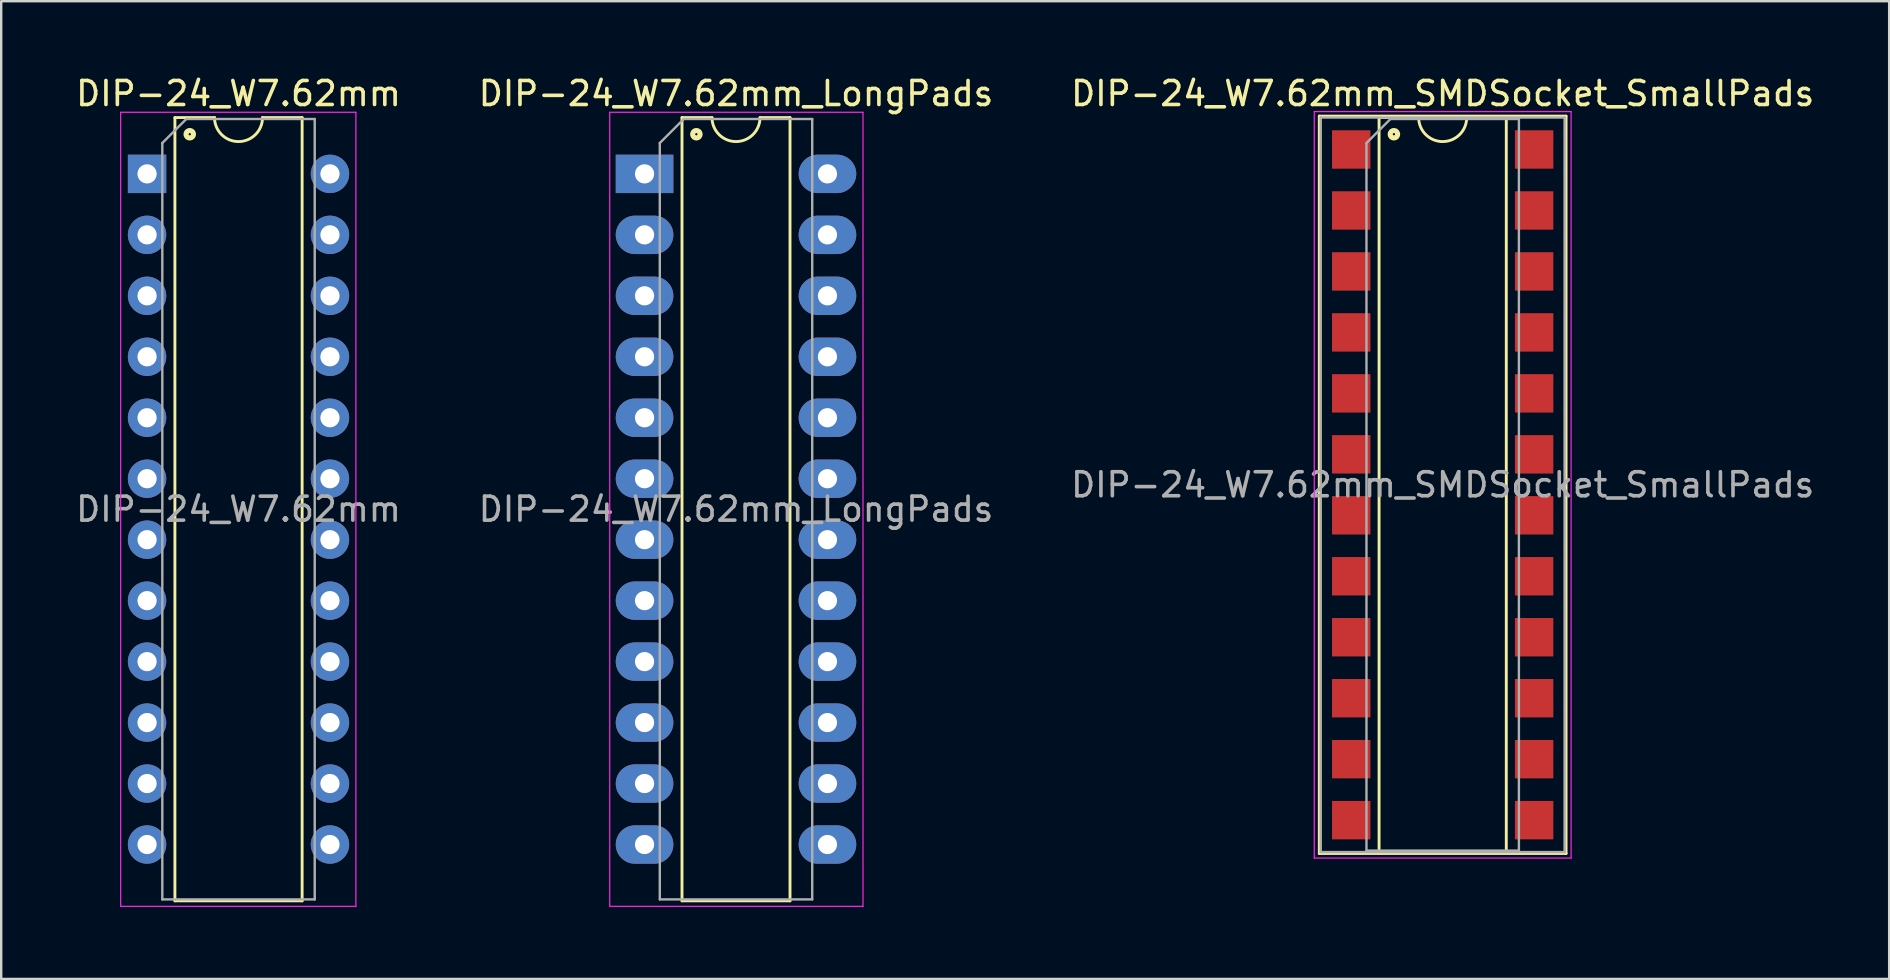
<source format=kicad_pcb>
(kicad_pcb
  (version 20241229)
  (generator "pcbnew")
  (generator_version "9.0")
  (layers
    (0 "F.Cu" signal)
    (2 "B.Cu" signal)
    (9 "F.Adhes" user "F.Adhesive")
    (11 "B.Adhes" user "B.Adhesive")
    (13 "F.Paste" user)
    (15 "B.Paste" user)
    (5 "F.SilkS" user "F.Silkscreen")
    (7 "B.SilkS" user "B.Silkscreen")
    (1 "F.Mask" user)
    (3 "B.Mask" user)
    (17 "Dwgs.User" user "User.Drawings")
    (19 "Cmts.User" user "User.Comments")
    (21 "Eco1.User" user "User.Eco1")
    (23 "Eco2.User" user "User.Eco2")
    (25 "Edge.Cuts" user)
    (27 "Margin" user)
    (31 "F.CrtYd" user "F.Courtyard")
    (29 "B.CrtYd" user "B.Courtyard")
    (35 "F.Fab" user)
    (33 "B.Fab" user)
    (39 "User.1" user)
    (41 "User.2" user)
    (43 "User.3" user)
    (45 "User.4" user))
  (footprint "DIP-24_W7.62mm_LongPads"
    (layer "F.Cu")
    (at 23.803 4.194)
    (property "Reference" "DIP-24_W7.62mm_LongPads" (at 3.81 -3.346 0) (layer "F.SilkS") (effects (font (size 1 1) (thickness 0.15))))
    (attr through_hole)
    (fp_line (start 1.56 -2.346) (end 1.56 30.286) (stroke (width 0.12) (type solid)) (layer "F.SilkS"))
    (fp_line (start 1.56 30.286) (end 6.06 30.286) (stroke (width 0.12) (type solid)) (layer "F.SilkS"))
    (fp_line (start 2.81 -2.346) (end 1.56 -2.346) (stroke (width 0.12) (type solid)) (layer "F.SilkS"))
    (fp_line (start 6.06 -2.346) (end 4.81 -2.346) (stroke (width 0.12) (type solid)) (layer "F.SilkS"))
    (fp_line (start 6.06 30.286) (end 6.06 -2.346) (stroke (width 0.12) (type solid)) (layer "F.SilkS"))
    (fp_arc (start 4.81 -2.346) (mid 3.81 -1.346) (end 2.81 -2.346) (stroke (width 0.12) (type solid)) (layer "F.SilkS"))
    (fp_circle (center 2.159 -1.651) (end 2.209 -1.651) (stroke (width 0.12) (type solid)) (fill no) (layer "F.SilkS"))
    (fp_circle (center 2.159 -1.651) (end 2.284 -1.651) (stroke (width 0.12) (type solid)) (fill no) (layer "F.SilkS"))
    (fp_circle (center 2.159 -1.651) (end 2.359 -1.651) (stroke (width 0.12) (type solid)) (fill no) (layer "F.SilkS"))
    (fp_line (start -1.45 -2.566) (end -1.45 30.516) (stroke (width 0.05) (type solid)) (layer "F.CrtYd"))
    (fp_line (start -1.45 30.516) (end 9.1 30.516) (stroke (width 0.05) (type solid)) (layer "F.CrtYd"))
    (fp_line (start 9.1 -2.566) (end -1.45 -2.566) (stroke (width 0.05) (type solid)) (layer "F.CrtYd"))
    (fp_line (start 9.1 30.516) (end 9.1 -2.566) (stroke (width 0.05) (type solid)) (layer "F.CrtYd"))
    (fp_line (start 0.635 -1.286) (end 1.635 -2.286) (stroke (width 0.1) (type solid)) (layer "F.Fab"))
    (fp_line (start 0.635 30.226) (end 0.635 -1.286) (stroke (width 0.1) (type solid)) (layer "F.Fab"))
    (fp_line (start 1.635 -2.286) (end 6.985 -2.286) (stroke (width 0.1) (type solid)) (layer "F.Fab"))
    (fp_line (start 6.985 -2.286) (end 6.985 30.226) (stroke (width 0.1) (type solid)) (layer "F.Fab"))
    (fp_line (start 6.985 30.226) (end 0.635 30.226) (stroke (width 0.1) (type solid)) (layer "F.Fab"))
    (fp_text user "${REFERENCE}" (at 3.81 13.97 0) (layer "F.Fab") (effects (font (size 1 1) (thickness 0.15))))
    (pad "1" thru_hole rect (at 0 0) (size 2.4 1.6) (drill 0.8) (layers "*.Cu" "*.Mask"))
    (pad "2" thru_hole oval (at 0 2.54) (size 2.4 1.6) (drill 0.8) (layers "*.Cu" "*.Mask"))
    (pad "3" thru_hole oval (at 0 5.08) (size 2.4 1.6) (drill 0.8) (layers "*.Cu" "*.Mask"))
    (pad "4" thru_hole oval (at 0 7.62) (size 2.4 1.6) (drill 0.8) (layers "*.Cu" "*.Mask"))
    (pad "5" thru_hole oval (at 0 10.16) (size 2.4 1.6) (drill 0.8) (layers "*.Cu" "*.Mask"))
    (pad "6" thru_hole oval (at 0 12.7) (size 2.4 1.6) (drill 0.8) (layers "*.Cu" "*.Mask"))
    (pad "7" thru_hole oval (at 0 15.24) (size 2.4 1.6) (drill 0.8) (layers "*.Cu" "*.Mask"))
    (pad "8" thru_hole oval (at 0 17.78) (size 2.4 1.6) (drill 0.8) (layers "*.Cu" "*.Mask"))
    (pad "9" thru_hole oval (at 0 20.32) (size 2.4 1.6) (drill 0.8) (layers "*.Cu" "*.Mask"))
    (pad "10" thru_hole oval (at 0 22.86) (size 2.4 1.6) (drill 0.8) (layers "*.Cu" "*.Mask"))
    (pad "11" thru_hole oval (at 0 25.4) (size 2.4 1.6) (drill 0.8) (layers "*.Cu" "*.Mask"))
    (pad "12" thru_hole oval (at 0 27.94) (size 2.4 1.6) (drill 0.8) (layers "*.Cu" "*.Mask"))
    (pad "13" thru_hole oval (at 7.62 27.94) (size 2.4 1.6) (drill 0.8) (layers "*.Cu" "*.Mask"))
    (pad "14" thru_hole oval (at 7.62 25.4) (size 2.4 1.6) (drill 0.8) (layers "*.Cu" "*.Mask"))
    (pad "15" thru_hole oval (at 7.62 22.86) (size 2.4 1.6) (drill 0.8) (layers "*.Cu" "*.Mask"))
    (pad "16" thru_hole oval (at 7.62 20.32) (size 2.4 1.6) (drill 0.8) (layers "*.Cu" "*.Mask"))
    (pad "17" thru_hole oval (at 7.62 17.78) (size 2.4 1.6) (drill 0.8) (layers "*.Cu" "*.Mask"))
    (pad "18" thru_hole oval (at 7.62 15.24) (size 2.4 1.6) (drill 0.8) (layers "*.Cu" "*.Mask"))
    (pad "19" thru_hole oval (at 7.62 12.7) (size 2.4 1.6) (drill 0.8) (layers "*.Cu" "*.Mask"))
    (pad "20" thru_hole oval (at 7.62 10.16) (size 2.4 1.6) (drill 0.8) (layers "*.Cu" "*.Mask"))
    (pad "21" thru_hole oval (at 7.62 7.62) (size 2.4 1.6) (drill 0.8) (layers "*.Cu" "*.Mask"))
    (pad "22" thru_hole oval (at 7.62 5.08) (size 2.4 1.6) (drill 0.8) (layers "*.Cu" "*.Mask"))
    (pad "23" thru_hole oval (at 7.62 2.54) (size 2.4 1.6) (drill 0.8) (layers "*.Cu" "*.Mask"))
    (pad "24" thru_hole oval (at 7.62 0) (size 2.4 1.6) (drill 0.8) (layers "*.Cu" "*.Mask")))
  (footprint "DIP-24_W7.62mm"
    (layer "F.Cu")
    (at 3.077 4.194)
    (property "Reference" "DIP-24_W7.62mm" (at 3.81 -3.346 0) (layer "F.SilkS") (effects (font (size 1 1) (thickness 0.15))))
    (attr through_hole)
    (fp_line (start 1.16 -2.346) (end 1.16 30.286) (stroke (width 0.12) (type solid)) (layer "F.SilkS"))
    (fp_line (start 1.16 30.286) (end 6.46 30.286) (stroke (width 0.12) (type solid)) (layer "F.SilkS"))
    (fp_line (start 2.81 -2.346) (end 1.16 -2.346) (stroke (width 0.12) (type solid)) (layer "F.SilkS"))
    (fp_line (start 6.46 -2.346) (end 4.81 -2.346) (stroke (width 0.12) (type solid)) (layer "F.SilkS"))
    (fp_line (start 6.46 30.286) (end 6.46 -2.346) (stroke (width 0.12) (type solid)) (layer "F.SilkS"))
    (fp_arc (start 4.81 -2.346) (mid 3.81 -1.346) (end 2.81 -2.346) (stroke (width 0.12) (type solid)) (layer "F.SilkS"))
    (fp_circle (center 1.778 -1.651) (end 1.828 -1.651) (stroke (width 0.12) (type solid)) (fill no) (layer "F.SilkS"))
    (fp_circle (center 1.778 -1.651) (end 1.903 -1.651) (stroke (width 0.12) (type solid)) (fill no) (layer "F.SilkS"))
    (fp_circle (center 1.778 -1.651) (end 1.978 -1.651) (stroke (width 0.12) (type solid)) (fill no) (layer "F.SilkS"))
    (fp_line (start -1.1 -2.566) (end -1.1 30.516) (stroke (width 0.05) (type solid)) (layer "F.CrtYd"))
    (fp_line (start -1.1 30.516) (end 8.7 30.516) (stroke (width 0.05) (type solid)) (layer "F.CrtYd"))
    (fp_line (start 8.7 -2.566) (end -1.1 -2.566) (stroke (width 0.05) (type solid)) (layer "F.CrtYd"))
    (fp_line (start 8.7 30.516) (end 8.7 -2.566) (stroke (width 0.05) (type solid)) (layer "F.CrtYd"))
    (fp_line (start 0.635 -1.286) (end 1.635 -2.286) (stroke (width 0.1) (type solid)) (layer "F.Fab"))
    (fp_line (start 0.635 30.226) (end 0.635 -1.286) (stroke (width 0.1) (type solid)) (layer "F.Fab"))
    (fp_line (start 1.635 -2.286) (end 6.985 -2.286) (stroke (width 0.1) (type solid)) (layer "F.Fab"))
    (fp_line (start 6.985 -2.286) (end 6.985 30.226) (stroke (width 0.1) (type solid)) (layer "F.Fab"))
    (fp_line (start 6.985 30.226) (end 0.635 30.226) (stroke (width 0.1) (type solid)) (layer "F.Fab"))
    (fp_text user "${REFERENCE}" (at 3.81 13.97 0) (layer "F.Fab") (effects (font (size 1 1) (thickness 0.15))))
    (pad "1" thru_hole rect (at 0 0) (size 1.6 1.6) (drill 0.8) (layers "*.Cu" "*.Mask"))
    (pad "2" thru_hole oval (at 0 2.54) (size 1.6 1.6) (drill 0.8) (layers "*.Cu" "*.Mask"))
    (pad "3" thru_hole oval (at 0 5.08) (size 1.6 1.6) (drill 0.8) (layers "*.Cu" "*.Mask"))
    (pad "4" thru_hole oval (at 0 7.62) (size 1.6 1.6) (drill 0.8) (layers "*.Cu" "*.Mask"))
    (pad "5" thru_hole oval (at 0 10.16) (size 1.6 1.6) (drill 0.8) (layers "*.Cu" "*.Mask"))
    (pad "6" thru_hole oval (at 0 12.7) (size 1.6 1.6) (drill 0.8) (layers "*.Cu" "*.Mask"))
    (pad "7" thru_hole oval (at 0 15.24) (size 1.6 1.6) (drill 0.8) (layers "*.Cu" "*.Mask"))
    (pad "8" thru_hole oval (at 0 17.78) (size 1.6 1.6) (drill 0.8) (layers "*.Cu" "*.Mask"))
    (pad "9" thru_hole oval (at 0 20.32) (size 1.6 1.6) (drill 0.8) (layers "*.Cu" "*.Mask"))
    (pad "10" thru_hole oval (at 0 22.86) (size 1.6 1.6) (drill 0.8) (layers "*.Cu" "*.Mask"))
    (pad "11" thru_hole oval (at 0 25.4) (size 1.6 1.6) (drill 0.8) (layers "*.Cu" "*.Mask"))
    (pad "12" thru_hole oval (at 0 27.94) (size 1.6 1.6) (drill 0.8) (layers "*.Cu" "*.Mask"))
    (pad "13" thru_hole oval (at 7.62 27.94) (size 1.6 1.6) (drill 0.8) (layers "*.Cu" "*.Mask"))
    (pad "14" thru_hole oval (at 7.62 25.4) (size 1.6 1.6) (drill 0.8) (layers "*.Cu" "*.Mask"))
    (pad "15" thru_hole oval (at 7.62 22.86) (size 1.6 1.6) (drill 0.8) (layers "*.Cu" "*.Mask"))
    (pad "16" thru_hole oval (at 7.62 20.32) (size 1.6 1.6) (drill 0.8) (layers "*.Cu" "*.Mask"))
    (pad "17" thru_hole oval (at 7.62 17.78) (size 1.6 1.6) (drill 0.8) (layers "*.Cu" "*.Mask"))
    (pad "18" thru_hole oval (at 7.62 15.24) (size 1.6 1.6) (drill 0.8) (layers "*.Cu" "*.Mask"))
    (pad "19" thru_hole oval (at 7.62 12.7) (size 1.6 1.6) (drill 0.8) (layers "*.Cu" "*.Mask"))
    (pad "20" thru_hole oval (at 7.62 10.16) (size 1.6 1.6) (drill 0.8) (layers "*.Cu" "*.Mask"))
    (pad "21" thru_hole oval (at 7.62 7.62) (size 1.6 1.6) (drill 0.8) (layers "*.Cu" "*.Mask"))
    (pad "22" thru_hole oval (at 7.62 5.08) (size 1.6 1.6) (drill 0.8) (layers "*.Cu" "*.Mask"))
    (pad "23" thru_hole oval (at 7.62 2.54) (size 1.6 1.6) (drill 0.8) (layers "*.Cu" "*.Mask"))
    (pad "24" thru_hole oval (at 7.62 0) (size 1.6 1.6) (drill 0.8) (layers "*.Cu" "*.Mask")))
  (footprint "DIP-24_W7.62mm_SMDSocket_SmallPads"
    (layer "F.Cu")
    (at 57.054 17.148)
    (property "Reference" "DIP-24_W7.62mm_SMDSocket_SmallPads" (at 0 -16.3 0) (layer "F.SilkS") (effects (font (size 1 1) (thickness 0.15))))
    (attr smd)
    (fp_line (start -5.14 -15.36) (end -5.14 15.36) (stroke (width 0.12) (type solid)) (layer "F.SilkS"))
    (fp_line (start -5.14 15.36) (end 5.14 15.36) (stroke (width 0.12) (type solid)) (layer "F.SilkS"))
    (fp_line (start -2.65 -15.3) (end -2.65 15.3) (stroke (width 0.12) (type solid)) (layer "F.SilkS"))
    (fp_line (start -2.65 15.3) (end 2.65 15.3) (stroke (width 0.12) (type solid)) (layer "F.SilkS"))
    (fp_line (start -1 -15.3) (end -2.65 -15.3) (stroke (width 0.12) (type solid)) (layer "F.SilkS"))
    (fp_line (start 2.65 -15.3) (end 1 -15.3) (stroke (width 0.12) (type solid)) (layer "F.SilkS"))
    (fp_line (start 2.65 15.3) (end 2.65 -15.3) (stroke (width 0.12) (type solid)) (layer "F.SilkS"))
    (fp_line (start 5.14 -15.36) (end -5.14 -15.36) (stroke (width 0.12) (type solid)) (layer "F.SilkS"))
    (fp_line (start 5.14 15.36) (end 5.14 -15.36) (stroke (width 0.12) (type solid)) (layer "F.SilkS"))
    (fp_arc (start 1 -15.3) (mid 0 -14.3) (end -1 -15.3) (stroke (width 0.12) (type solid)) (layer "F.SilkS"))
    (fp_circle (center -2.032 -14.605) (end -1.982 -14.605) (stroke (width 0.12) (type solid)) (fill no) (layer "F.SilkS"))
    (fp_circle (center -2.032 -14.605) (end -1.907 -14.605) (stroke (width 0.12) (type solid)) (fill no) (layer "F.SilkS"))
    (fp_circle (center -2.032 -14.605) (end -1.832 -14.605) (stroke (width 0.12) (type solid)) (fill no) (layer "F.SilkS"))
    (fp_line (start -5.35 -15.55) (end -5.35 15.55) (stroke (width 0.05) (type solid)) (layer "F.CrtYd"))
    (fp_line (start -5.35 15.55) (end 5.35 15.55) (stroke (width 0.05) (type solid)) (layer "F.CrtYd"))
    (fp_line (start 5.35 -15.55) (end -5.35 -15.55) (stroke (width 0.05) (type solid)) (layer "F.CrtYd"))
    (fp_line (start 5.35 15.55) (end 5.35 -15.55) (stroke (width 0.05) (type solid)) (layer "F.CrtYd"))
    (fp_line (start -5.08 -15.3) (end -5.08 15.3) (stroke (width 0.1) (type solid)) (layer "F.Fab"))
    (fp_line (start -5.08 15.3) (end 5.08 15.3) (stroke (width 0.1) (type solid)) (layer "F.Fab"))
    (fp_line (start -3.175 -14.24) (end -2.175 -15.24) (stroke (width 0.1) (type solid)) (layer "F.Fab"))
    (fp_line (start -3.175 15.24) (end -3.175 -14.24) (stroke (width 0.1) (type solid)) (layer "F.Fab"))
    (fp_line (start -2.175 -15.24) (end 3.175 -15.24) (stroke (width 0.1) (type solid)) (layer "F.Fab"))
    (fp_line (start 3.175 -15.24) (end 3.175 15.24) (stroke (width 0.1) (type solid)) (layer "F.Fab"))
    (fp_line (start 3.175 15.24) (end -3.175 15.24) (stroke (width 0.1) (type solid)) (layer "F.Fab"))
    (fp_line (start 5.08 -15.3) (end -5.08 -15.3) (stroke (width 0.1) (type solid)) (layer "F.Fab"))
    (fp_line (start 5.08 15.3) (end 5.08 -15.3) (stroke (width 0.1) (type solid)) (layer "F.Fab"))
    (fp_text user "${REFERENCE}" (at 0 0 0) (layer "F.Fab") (effects (font (size 1 1) (thickness 0.15))))
    (pad "1" smd rect (at -3.81 -13.97) (size 1.6 1.6) (layers "F.Cu" "F.Mask" "F.Paste"))
    (pad "2" smd rect (at -3.81 -11.43) (size 1.6 1.6) (layers "F.Cu" "F.Mask" "F.Paste"))
    (pad "3" smd rect (at -3.81 -8.89) (size 1.6 1.6) (layers "F.Cu" "F.Mask" "F.Paste"))
    (pad "4" smd rect (at -3.81 -6.35) (size 1.6 1.6) (layers "F.Cu" "F.Mask" "F.Paste"))
    (pad "5" smd rect (at -3.81 -3.81) (size 1.6 1.6) (layers "F.Cu" "F.Mask" "F.Paste"))
    (pad "6" smd rect (at -3.81 -1.27) (size 1.6 1.6) (layers "F.Cu" "F.Mask" "F.Paste"))
    (pad "7" smd rect (at -3.81 1.27) (size 1.6 1.6) (layers "F.Cu" "F.Mask" "F.Paste"))
    (pad "8" smd rect (at -3.81 3.81) (size 1.6 1.6) (layers "F.Cu" "F.Mask" "F.Paste"))
    (pad "9" smd rect (at -3.81 6.35) (size 1.6 1.6) (layers "F.Cu" "F.Mask" "F.Paste"))
    (pad "10" smd rect (at -3.81 8.89) (size 1.6 1.6) (layers "F.Cu" "F.Mask" "F.Paste"))
    (pad "11" smd rect (at -3.81 11.43) (size 1.6 1.6) (layers "F.Cu" "F.Mask" "F.Paste"))
    (pad "12" smd rect (at -3.81 13.97) (size 1.6 1.6) (layers "F.Cu" "F.Mask" "F.Paste"))
    (pad "13" smd rect (at 3.81 13.97) (size 1.6 1.6) (layers "F.Cu" "F.Mask" "F.Paste"))
    (pad "14" smd rect (at 3.81 11.43) (size 1.6 1.6) (layers "F.Cu" "F.Mask" "F.Paste"))
    (pad "15" smd rect (at 3.81 8.89) (size 1.6 1.6) (layers "F.Cu" "F.Mask" "F.Paste"))
    (pad "16" smd rect (at 3.81 6.35) (size 1.6 1.6) (layers "F.Cu" "F.Mask" "F.Paste"))
    (pad "17" smd rect (at 3.81 3.81) (size 1.6 1.6) (layers "F.Cu" "F.Mask" "F.Paste"))
    (pad "18" smd rect (at 3.81 1.27) (size 1.6 1.6) (layers "F.Cu" "F.Mask" "F.Paste"))
    (pad "19" smd rect (at 3.81 -1.27) (size 1.6 1.6) (layers "F.Cu" "F.Mask" "F.Paste"))
    (pad "20" smd rect (at 3.81 -3.81) (size 1.6 1.6) (layers "F.Cu" "F.Mask" "F.Paste"))
    (pad "21" smd rect (at 3.81 -6.35) (size 1.6 1.6) (layers "F.Cu" "F.Mask" "F.Paste"))
    (pad "22" smd rect (at 3.81 -8.89) (size 1.6 1.6) (layers "F.Cu" "F.Mask" "F.Paste"))
    (pad "23" smd rect (at 3.81 -11.43) (size 1.6 1.6) (layers "F.Cu" "F.Mask" "F.Paste"))
    (pad "24" smd rect (at 3.81 -13.97) (size 1.6 1.6) (layers "F.Cu" "F.Mask" "F.Paste")))
  (gr_rect
    (start -3 -3)
    (end 75.655 37.735)
    (stroke (width 0.1) (type default))
    (fill no)
    (layer "Edge.Cuts")))
</source>
